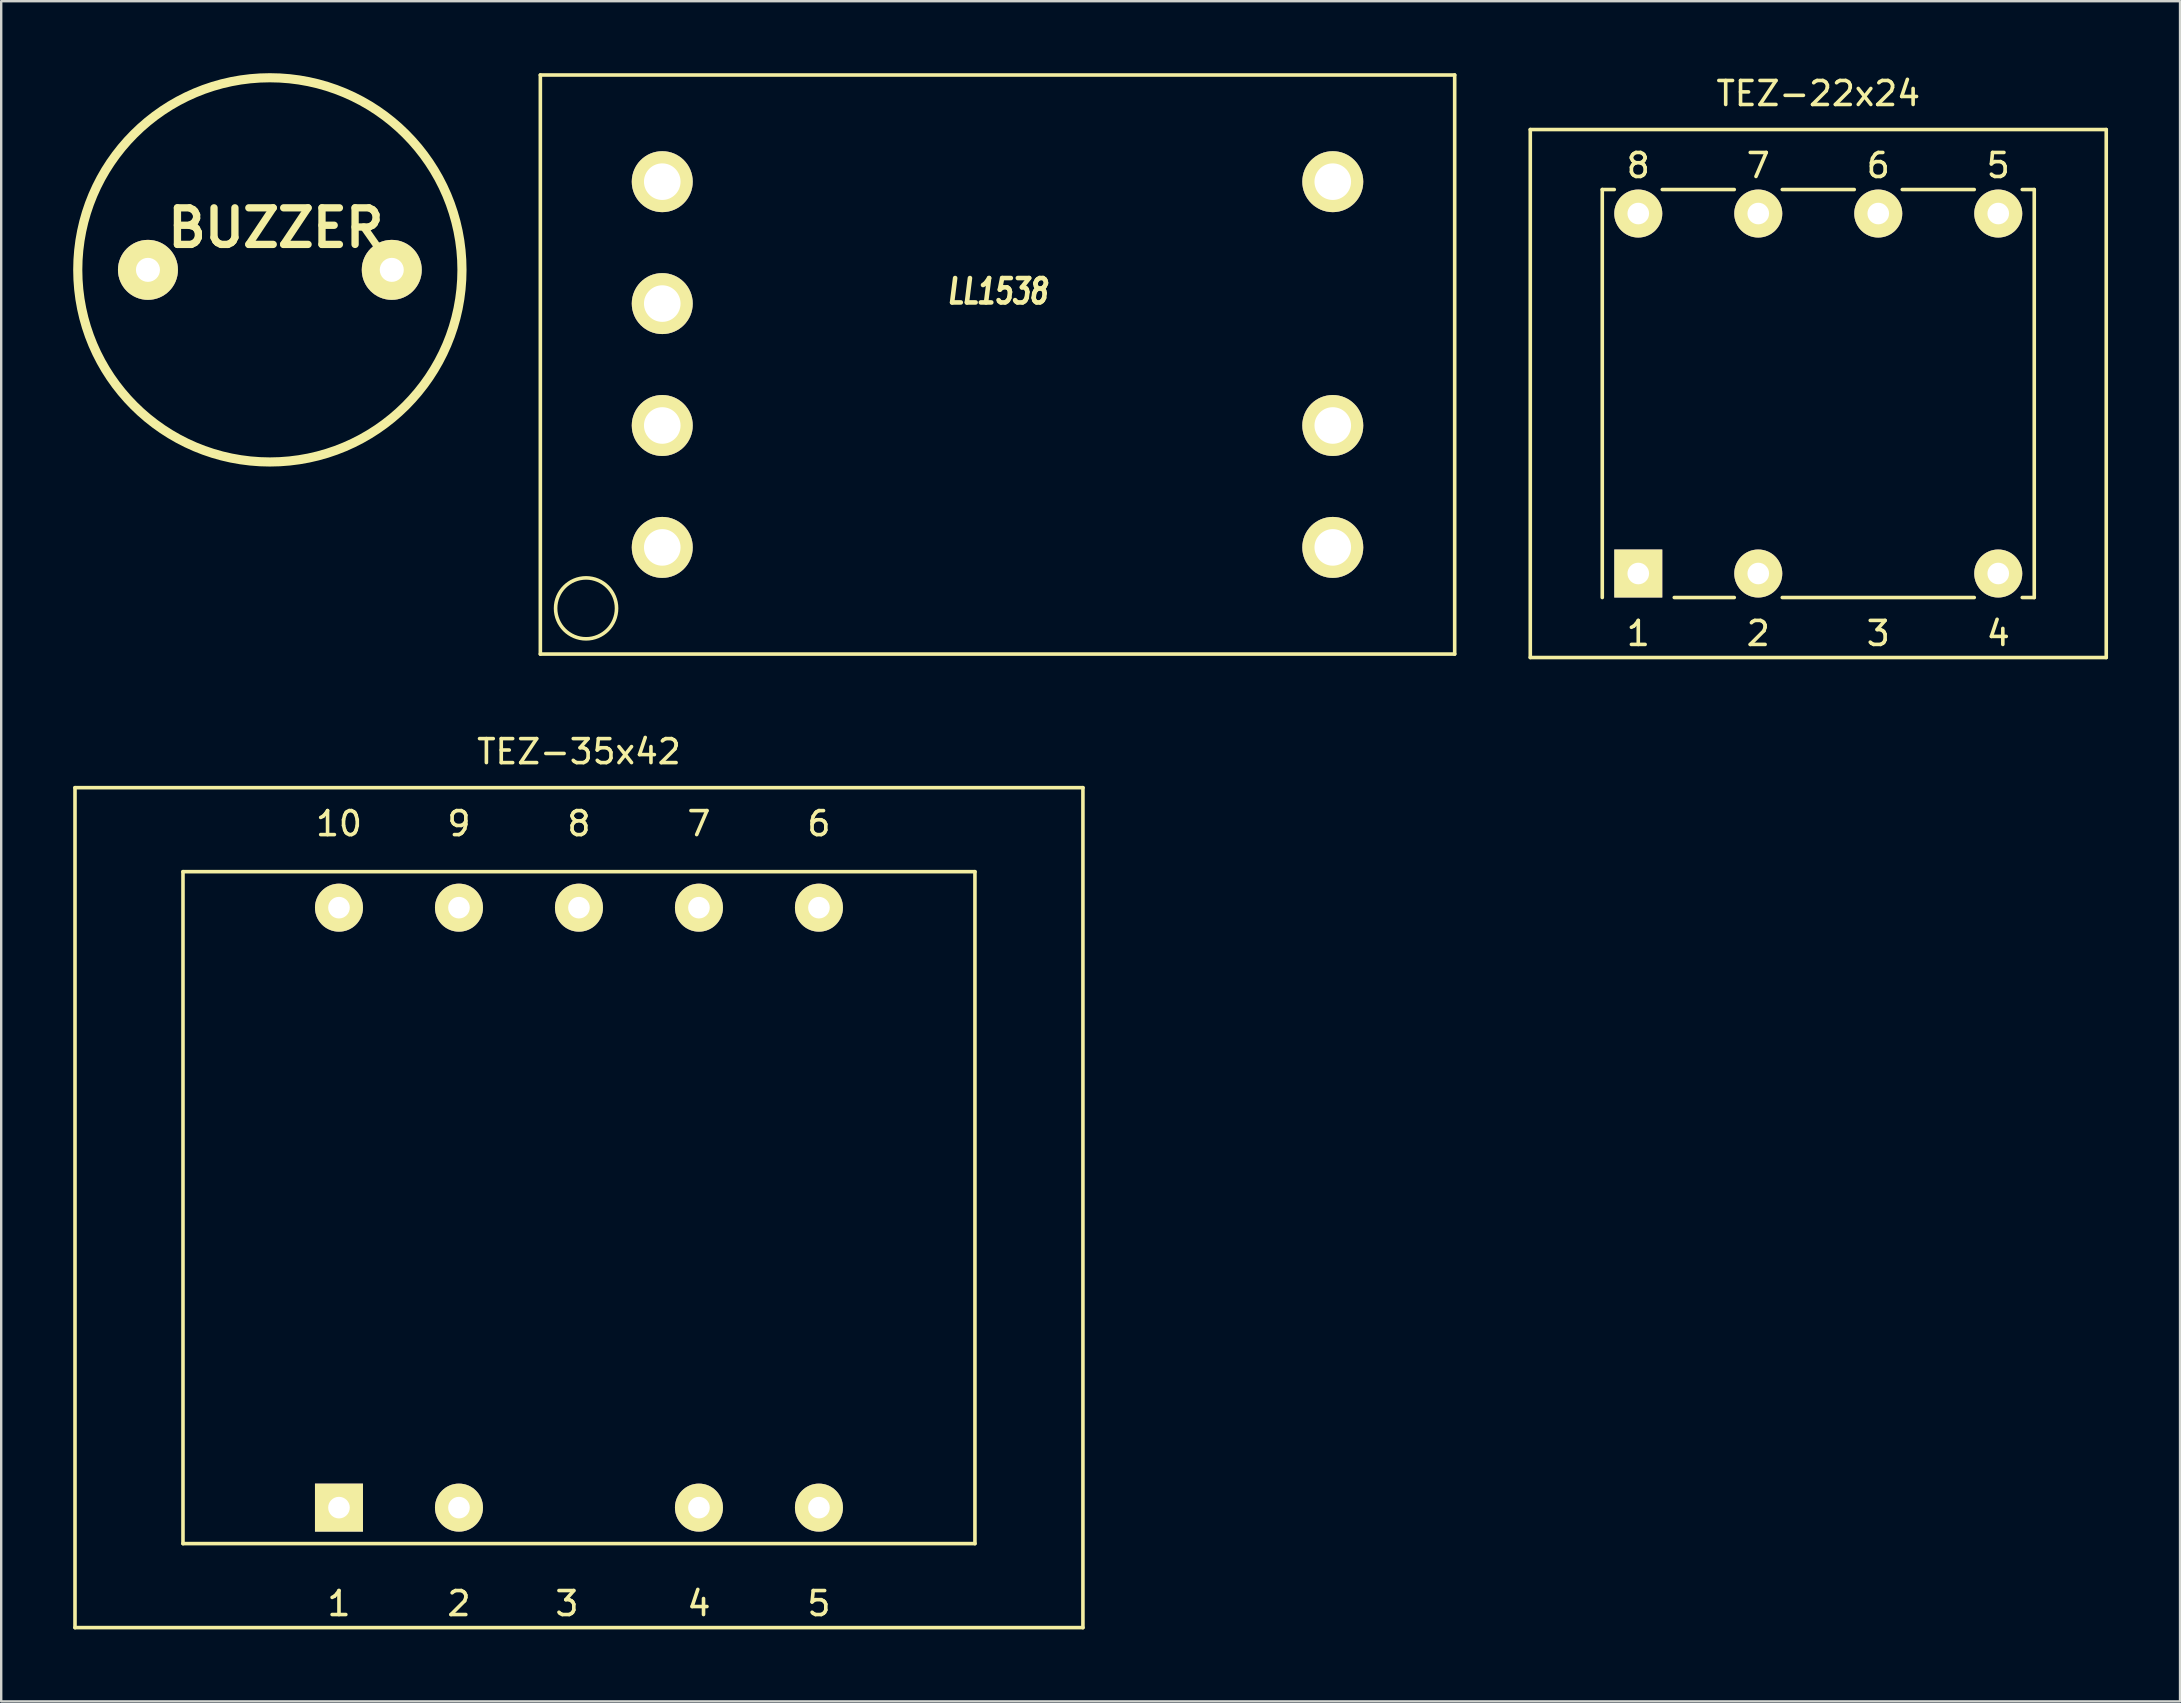
<source format=kicad_pcb>
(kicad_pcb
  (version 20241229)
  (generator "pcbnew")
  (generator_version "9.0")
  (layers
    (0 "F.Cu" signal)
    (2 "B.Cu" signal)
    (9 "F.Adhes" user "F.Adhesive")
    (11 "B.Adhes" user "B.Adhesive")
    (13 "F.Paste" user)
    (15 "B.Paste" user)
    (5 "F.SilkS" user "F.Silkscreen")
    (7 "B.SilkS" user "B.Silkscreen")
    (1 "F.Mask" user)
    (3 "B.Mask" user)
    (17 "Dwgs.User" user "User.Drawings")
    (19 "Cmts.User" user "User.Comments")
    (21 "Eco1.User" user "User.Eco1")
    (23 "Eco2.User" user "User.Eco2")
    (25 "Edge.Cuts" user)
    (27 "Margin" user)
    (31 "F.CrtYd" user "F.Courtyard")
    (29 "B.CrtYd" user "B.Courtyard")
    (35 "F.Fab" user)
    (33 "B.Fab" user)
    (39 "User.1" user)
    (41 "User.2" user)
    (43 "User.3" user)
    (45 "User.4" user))
  (footprint "TEZ-22x24"
    (layer "F.Cu")
    (at 72.716 13.348)
    (property "Reference" "TEZ-22x24" (at 0 -12.5 0) (layer "F.SilkS") (effects (font (size 1 1) (thickness 0.15))))
    (attr through_hole)
    (fp_line (start -12 -11) (end 12 -11) (stroke (width 0.15) (type solid)) (layer "F.SilkS"))
    (fp_line (start -12 11) (end -12 -11) (stroke (width 0.15) (type solid)) (layer "F.SilkS"))
    (fp_line (start -9 8.5) (end -9 -8.5) (stroke (width 0.15) (type solid)) (layer "F.SilkS"))
    (fp_line (start -8.5 -8.5) (end -9 -8.5) (stroke (width 0.15) (type solid)) (layer "F.SilkS"))
    (fp_line (start -6.5 -8.5) (end -3.5 -8.5) (stroke (width 0.15) (type solid)) (layer "F.SilkS"))
    (fp_line (start -3.5 8.5) (end -6 8.5) (stroke (width 0.15) (type solid)) (layer "F.SilkS"))
    (fp_line (start -1.5 -8.5) (end 1.5 -8.5) (stroke (width 0.15) (type solid)) (layer "F.SilkS"))
    (fp_line (start -1.5 8.5) (end 6.5 8.5) (stroke (width 0.15) (type solid)) (layer "F.SilkS"))
    (fp_line (start 3.5 -8.5) (end 6.5 -8.5) (stroke (width 0.15) (type solid)) (layer "F.SilkS"))
    (fp_line (start 8.5 -8.5) (end 9 -8.5) (stroke (width 0.15) (type solid)) (layer "F.SilkS"))
    (fp_line (start 8.5 8.5) (end 9 8.5) (stroke (width 0.15) (type solid)) (layer "F.SilkS"))
    (fp_line (start 9 8.5) (end 9 -8.5) (stroke (width 0.15) (type solid)) (layer "F.SilkS"))
    (fp_line (start 12 -11) (end 12 11) (stroke (width 0.15) (type solid)) (layer "F.SilkS"))
    (fp_line (start 12 11) (end -12 11) (stroke (width 0.15) (type solid)) (layer "F.SilkS"))
    (fp_text user "2" (at -2.5 10 0) (layer "F.SilkS") (effects (font (size 1 1) (thickness 0.15))))
    (fp_text user "6" (at 2.5 -9.5 0) (layer "F.SilkS") (effects (font (size 1 1) (thickness 0.15))))
    (fp_text user "1" (at -7.5 10 0) (layer "F.SilkS") (effects (font (size 1 1) (thickness 0.15))))
    (fp_text user "7" (at -2.5 -9.5 0) (layer "F.SilkS") (effects (font (size 1 1) (thickness 0.15))))
    (fp_text user "3" (at 2.5 10 0) (layer "F.SilkS") (effects (font (size 1 1) (thickness 0.15))))
    (fp_text user "5" (at 7.5 -9.5 0) (layer "F.SilkS") (effects (font (size 1 1) (thickness 0.15))))
    (fp_text user "4" (at 7.5 10 0) (layer "F.SilkS") (effects (font (size 1 1) (thickness 0.15))))
    (fp_text user "8" (at -7.5 -9.5 0) (layer "F.SilkS") (effects (font (size 1 1) (thickness 0.15))))
    (pad "1" thru_hole rect (at -7.5 7.5) (size 2 2) (drill 0.9) (layers "*.Cu" "*.Mask" "F.SilkS"))
    (pad "2" thru_hole circle (at -2.5 7.5) (size 2 2) (drill 0.9) (layers "*.Cu" "*.Mask" "F.SilkS"))
    (pad "4" thru_hole circle (at 7.5 7.5) (size 2 2) (drill 0.9) (layers "*.Cu" "*.Mask" "F.SilkS"))
    (pad "5" thru_hole circle (at 7.5 -7.5) (size 2 2) (drill 0.9) (layers "*.Cu" "*.Mask" "F.SilkS"))
    (pad "6" thru_hole circle (at 2.5 -7.5) (size 2 2) (drill 0.9) (layers "*.Cu" "*.Mask" "F.SilkS"))
    (pad "7" thru_hole circle (at -2.5 -7.5) (size 2 2) (drill 0.9) (layers "*.Cu" "*.Mask" "F.SilkS"))
    (pad "8" thru_hole circle (at -7.5 -7.5) (size 2 2) (drill 0.9) (layers "*.Cu" "*.Mask" "F.SilkS")))
  (footprint "BUZZER"
    (layer "F.Cu")
    (at 8.195 8.195)
    (property "Reference" "BUZZER" (at 0.249 -1.75 0) (layer "F.SilkS") (effects (font (size 1.524 1.524) (thickness 0.305))))
    (attr through_hole)
    (fp_circle (center 0 0) (end 8.001 0.249) (stroke (width 0.381) (type solid)) (fill no) (layer "F.SilkS"))
    (pad "1" thru_hole circle (at -5.08 0) (size 2.499 2.499) (drill 1.001) (layers "*.Cu" "*.Mask" "F.SilkS"))
    (pad "2" thru_hole circle (at 5.08 0) (size 2.499 2.499) (drill 1.001) (layers "*.Cu" "*.Mask" "F.SilkS")))
  (footprint "TEZ-35x42"
    (layer "F.Cu")
    (at 21.075 47.272)
    (property "Reference" "TEZ-35x42" (at 0 -19 0) (layer "F.SilkS") (effects (font (size 1 1) (thickness 0.15))))
    (attr through_hole)
    (fp_line (start -21 -17.5) (end 21 -17.5) (stroke (width 0.15) (type solid)) (layer "F.SilkS"))
    (fp_line (start -21 17.5) (end -21 -17.5) (stroke (width 0.15) (type solid)) (layer "F.SilkS"))
    (fp_line (start -16.5 -14) (end 16.5 -14) (stroke (width 0.15) (type solid)) (layer "F.SilkS"))
    (fp_line (start -16.5 14) (end -16.5 -14) (stroke (width 0.15) (type solid)) (layer "F.SilkS"))
    (fp_line (start 16.5 -14) (end 16.5 14) (stroke (width 0.15) (type solid)) (layer "F.SilkS"))
    (fp_line (start 16.5 14) (end -16.5 14) (stroke (width 0.15) (type solid)) (layer "F.SilkS"))
    (fp_line (start 21 -17.5) (end 21 17.5) (stroke (width 0.15) (type solid)) (layer "F.SilkS"))
    (fp_line (start 21 17.5) (end -21 17.5) (stroke (width 0.15) (type solid)) (layer "F.SilkS"))
    (fp_text user "9" (at -5 -16 0) (layer "F.SilkS") (effects (font (size 1 1) (thickness 0.15))))
    (fp_text user "10" (at -10 -16 0) (layer "F.SilkS") (effects (font (size 1 1) (thickness 0.15))))
    (fp_text user "1" (at -10 16.5 0) (layer "F.SilkS") (effects (font (size 1 1) (thickness 0.15))))
    (fp_text user "6" (at 10 -16 0) (layer "F.SilkS") (effects (font (size 1 1) (thickness 0.15))))
    (fp_text user "8" (at 0 -16 0) (layer "F.SilkS") (effects (font (size 1 1) (thickness 0.15))))
    (fp_text user "2" (at -5 16.5 0) (layer "F.SilkS") (effects (font (size 1 1) (thickness 0.15))))
    (fp_text user "4" (at 5 16.5 0) (layer "F.SilkS") (effects (font (size 1 1) (thickness 0.15))))
    (fp_text user "3" (at -0.5 16.5 0) (layer "F.SilkS") (effects (font (size 1 1) (thickness 0.15))))
    (fp_text user "7" (at 5 -16 0) (layer "F.SilkS") (effects (font (size 1 1) (thickness 0.15))))
    (fp_text user "5" (at 10 16.5 0) (layer "F.SilkS") (effects (font (size 1 1) (thickness 0.15))))
    (pad "1" thru_hole rect (at -10 12.5) (size 2 2) (drill 0.9) (layers "*.Cu" "*.Mask" "F.SilkS"))
    (pad "2" thru_hole circle (at -5 12.5) (size 2 2) (drill 0.9) (layers "*.Cu" "*.Mask" "F.SilkS"))
    (pad "4" thru_hole circle (at 5 12.5) (size 2 2) (drill 0.9) (layers "*.Cu" "*.Mask" "F.SilkS"))
    (pad "5" thru_hole circle (at 10 12.5) (size 2 2) (drill 0.9) (layers "*.Cu" "*.Mask" "F.SilkS"))
    (pad "6" thru_hole circle (at 10 -12.5) (size 2 2) (drill 0.9) (layers "*.Cu" "*.Mask" "F.SilkS"))
    (pad "7" thru_hole circle (at 5 -12.5) (size 2 2) (drill 0.9) (layers "*.Cu" "*.Mask" "F.SilkS"))
    (pad "8" thru_hole circle (at 0 -12.5) (size 2 2) (drill 0.9) (layers "*.Cu" "*.Mask" "F.SilkS"))
    (pad "9" thru_hole circle (at -5 -12.5) (size 2 2) (drill 0.9) (layers "*.Cu" "*.Mask" "F.SilkS"))
    (pad "10" thru_hole circle (at -10 -12.5) (size 2 2) (drill 0.9) (layers "*.Cu" "*.Mask" "F.SilkS")))
  (footprint "LL1538"
    (layer "F.Cu")
    (at 38.516 12.14)
    (property "Reference" "LL1538" (at 0 -3.048 0) (layer "F.SilkS") (effects (font (size 1.016 0.762) (thickness 0.191) (italic yes))))
    (attr smd)
    (fp_line (start -19.05 -12.065) (end 19.05 -12.065) (stroke (width 0.15) (type solid)) (layer "F.SilkS"))
    (fp_line (start -19.05 12.065) (end -19.05 -12.065) (stroke (width 0.15) (type solid)) (layer "F.SilkS"))
    (fp_line (start 19.05 -12.065) (end 19.05 12.065) (stroke (width 0.15) (type solid)) (layer "F.SilkS"))
    (fp_line (start 19.05 12.065) (end -19.05 12.065) (stroke (width 0.15) (type solid)) (layer "F.SilkS"))
    (fp_circle (center -17.145 10.16) (end -17.145 8.89) (stroke (width 0.15) (type solid)) (fill no) (layer "F.SilkS"))
    (pad "1" thru_hole circle (at -13.97 7.62) (size 2.54 2.54) (drill 1.524) (layers "*.Cu" "*.Mask" "F.SilkS"))
    (pad "2" thru_hole circle (at -13.97 2.54) (size 2.54 2.54) (drill 1.524) (layers "*.Cu" "*.Mask" "F.SilkS"))
    (pad "3" thru_hole circle (at -13.97 -2.54) (size 2.54 2.54) (drill 1.524) (layers "*.Cu" "*.Mask" "F.SilkS"))
    (pad "4" thru_hole circle (at -13.97 -7.62) (size 2.54 2.54) (drill 1.524) (layers "*.Cu" "*.Mask" "F.SilkS"))
    (pad "5" thru_hole circle (at 13.97 7.62) (size 2.54 2.54) (drill 1.524) (layers "*.Cu" "*.Mask" "F.SilkS"))
    (pad "6" thru_hole circle (at 13.97 2.54) (size 2.54 2.54) (drill 1.524) (layers "*.Cu" "*.Mask" "F.SilkS"))
    (pad "8" thru_hole circle (at 13.97 -7.62) (size 2.54 2.54) (drill 1.524) (layers "*.Cu" "*.Mask" "F.SilkS")))
  (gr_rect
    (start -3 -3)
    (end 87.791 67.847)
    (stroke (width 0.1) (type default))
    (fill no)
    (layer "Edge.Cuts")))
</source>
